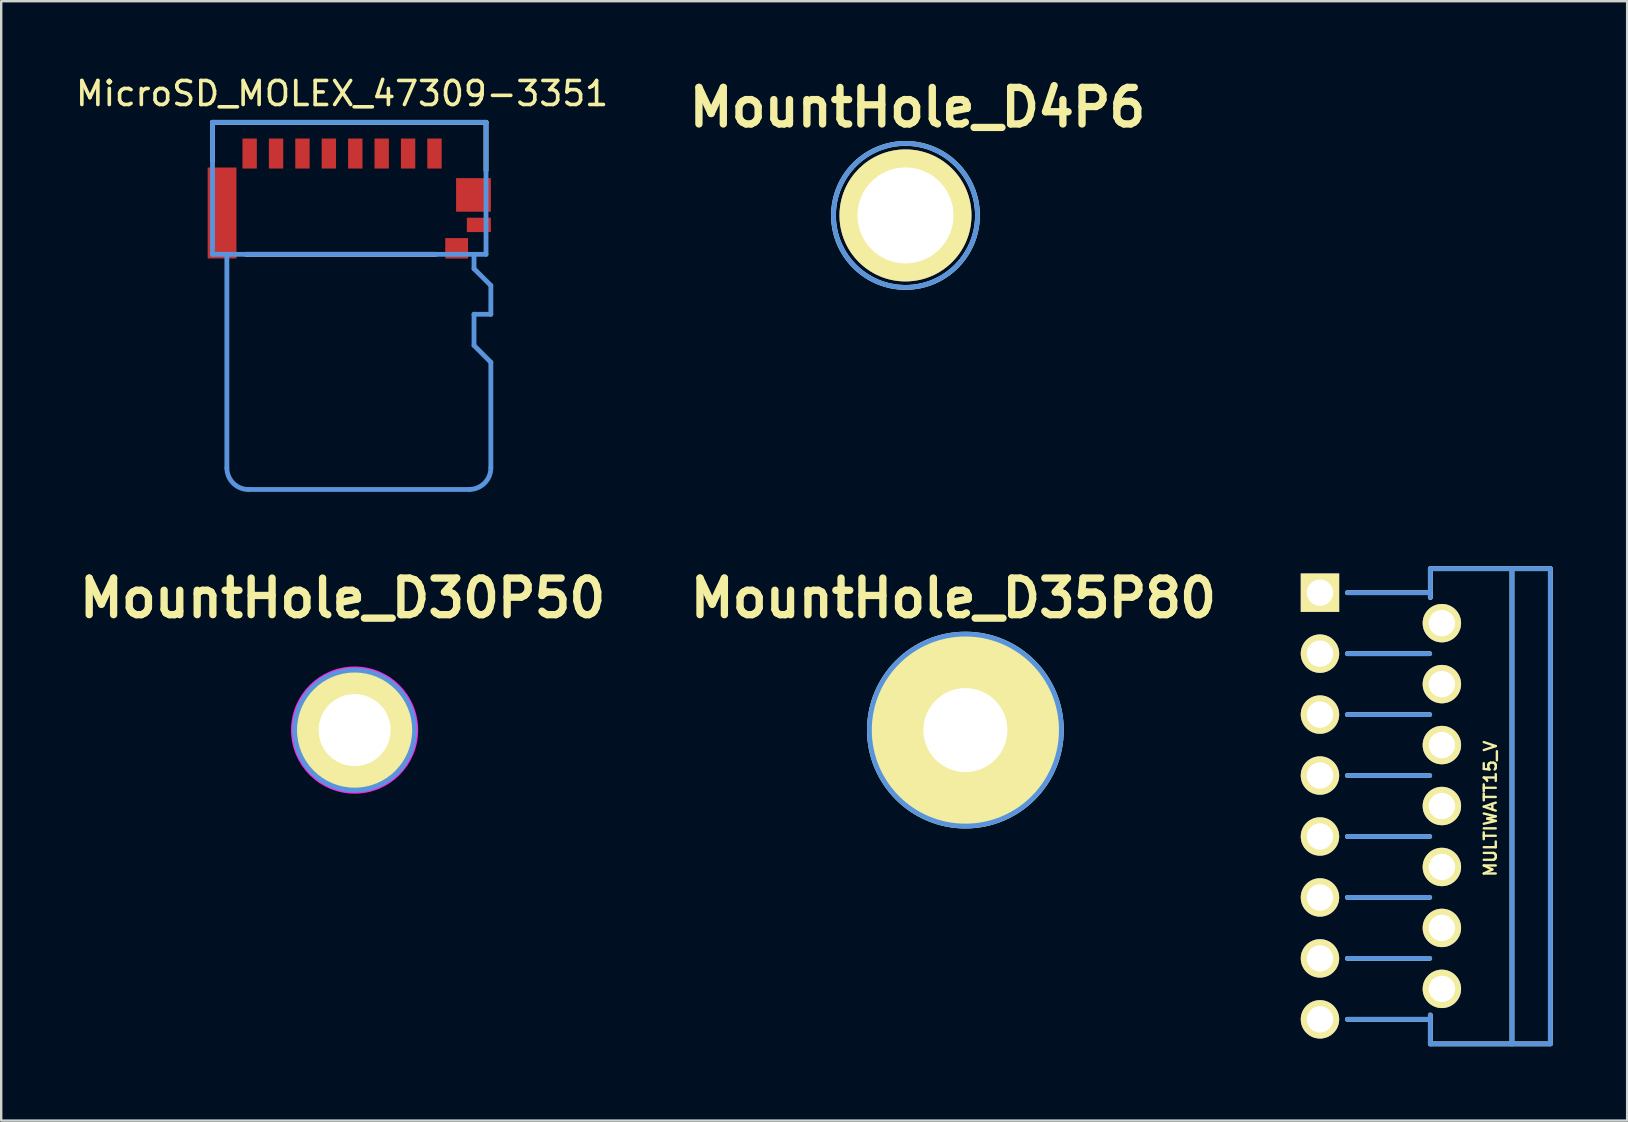
<source format=kicad_pcb>
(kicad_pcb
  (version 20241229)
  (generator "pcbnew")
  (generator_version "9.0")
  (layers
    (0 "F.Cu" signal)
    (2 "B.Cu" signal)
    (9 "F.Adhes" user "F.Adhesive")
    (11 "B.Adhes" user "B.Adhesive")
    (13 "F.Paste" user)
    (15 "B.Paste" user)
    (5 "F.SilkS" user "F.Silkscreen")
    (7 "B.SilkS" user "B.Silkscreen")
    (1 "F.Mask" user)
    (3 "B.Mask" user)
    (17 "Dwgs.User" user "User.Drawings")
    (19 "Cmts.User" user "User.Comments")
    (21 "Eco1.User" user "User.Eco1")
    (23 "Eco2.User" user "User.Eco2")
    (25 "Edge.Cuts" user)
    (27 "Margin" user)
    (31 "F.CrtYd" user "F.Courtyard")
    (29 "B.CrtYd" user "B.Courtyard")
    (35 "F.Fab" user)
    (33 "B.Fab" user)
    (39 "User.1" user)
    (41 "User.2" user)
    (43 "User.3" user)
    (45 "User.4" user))
  (footprint "MULTIWATT15_V"
    (layer "F.Cu")
    (at 51.957 21.649)
    (property "Reference" "MULTIWATT15_V" (at 7.099 8.999 90) (layer "F.SilkS") (effects (font (size 0.5 0.5) (thickness 0.099))))
    (attr through_hole)
    (fp_line (start 4.572 0) (end 1.143 0) (stroke (width 0.201) (type solid)) (layer "F.SilkS"))
    (fp_line (start 4.572 2.54) (end 1.143 2.54) (stroke (width 0.201) (type solid)) (layer "F.SilkS"))
    (fp_line (start 4.572 5.08) (end 1.143 5.08) (stroke (width 0.201) (type solid)) (layer "F.SilkS"))
    (fp_line (start 4.572 7.62) (end 1.143 7.62) (stroke (width 0.201) (type solid)) (layer "F.SilkS"))
    (fp_line (start 4.572 10.16) (end 1.143 10.16) (stroke (width 0.201) (type solid)) (layer "F.SilkS"))
    (fp_line (start 4.572 12.7) (end 1.143 12.7) (stroke (width 0.201) (type solid)) (layer "F.SilkS"))
    (fp_line (start 4.572 15.24) (end 1.143 15.24) (stroke (width 0.201) (type solid)) (layer "F.SilkS"))
    (fp_line (start 4.572 17.78) (end 1.143 17.78) (stroke (width 0.201) (type solid)) (layer "F.SilkS"))
    (fp_line (start 4.6 -1.001) (end 9.601 -1.001) (stroke (width 0.201) (type solid)) (layer "F.SilkS"))
    (fp_line (start 4.6 0.201) (end 4.6 -1.001) (stroke (width 0.201) (type solid)) (layer "F.SilkS"))
    (fp_line (start 4.6 17.6) (end 4.6 18.801) (stroke (width 0.201) (type solid)) (layer "F.SilkS"))
    (fp_line (start 4.6 18.801) (end 9.601 18.801) (stroke (width 0.201) (type solid)) (layer "F.SilkS"))
    (fp_line (start 8.001 -1.001) (end 8.001 18.801) (stroke (width 0.201) (type solid)) (layer "F.SilkS"))
    (fp_line (start 9.601 18.801) (end 9.601 -1.001) (stroke (width 0.201) (type solid)) (layer "F.SilkS"))
    (fp_line (start 4.572 0) (end 1.143 0) (stroke (width 0.201) (type solid)) (layer "Cmts.User"))
    (fp_line (start 4.572 2.54) (end 1.143 2.54) (stroke (width 0.201) (type solid)) (layer "Cmts.User"))
    (fp_line (start 4.572 5.08) (end 1.143 5.08) (stroke (width 0.201) (type solid)) (layer "Cmts.User"))
    (fp_line (start 4.572 7.62) (end 1.143 7.62) (stroke (width 0.201) (type solid)) (layer "Cmts.User"))
    (fp_line (start 4.572 10.16) (end 1.143 10.16) (stroke (width 0.201) (type solid)) (layer "Cmts.User"))
    (fp_line (start 4.572 12.7) (end 1.143 12.7) (stroke (width 0.201) (type solid)) (layer "Cmts.User"))
    (fp_line (start 4.572 15.24) (end 1.143 15.24) (stroke (width 0.201) (type solid)) (layer "Cmts.User"))
    (fp_line (start 4.572 17.78) (end 1.143 17.78) (stroke (width 0.201) (type solid)) (layer "Cmts.User"))
    (fp_line (start 4.6 -1.001) (end 9.601 -1.001) (stroke (width 0.201) (type solid)) (layer "Cmts.User"))
    (fp_line (start 4.6 0.201) (end 4.6 -1.001) (stroke (width 0.201) (type solid)) (layer "Cmts.User"))
    (fp_line (start 4.6 18.801) (end 4.6 17.6) (stroke (width 0.201) (type solid)) (layer "Cmts.User"))
    (fp_line (start 8.001 18.801) (end 8.001 -1.001) (stroke (width 0.201) (type solid)) (layer "Cmts.User"))
    (fp_line (start 9.601 -1.001) (end 9.601 18.801) (stroke (width 0.201) (type solid)) (layer "Cmts.User"))
    (fp_line (start 9.601 18.801) (end 4.6 18.801) (stroke (width 0.201) (type solid)) (layer "Cmts.User"))
    (fp_line (start -1.001 -1.151) (end 9.751 -1.151) (stroke (width 0.099) (type solid)) (layer "Eco1.User"))
    (fp_line (start -1.001 18.951) (end -1.001 -1.151) (stroke (width 0.099) (type solid)) (layer "Eco1.User"))
    (fp_line (start 9.751 -1.151) (end 9.751 18.951) (stroke (width 0.099) (type solid)) (layer "Eco1.User"))
    (fp_line (start 9.751 18.951) (end -1.001 18.951) (stroke (width 0.099) (type solid)) (layer "Eco1.User"))
    (pad "1" thru_hole rect (at 0 0 90) (size 1.6 1.6) (drill 1.1) (layers "*.Cu" "*.Mask" "F.SilkS"))
    (pad "2" thru_hole circle (at 5.08 1.27 90) (size 1.6 1.6) (drill 1.1) (layers "*.Cu" "*.Mask" "F.SilkS"))
    (pad "3" thru_hole circle (at 0 2.54 90) (size 1.6 1.6) (drill 1.1) (layers "*.Cu" "*.Mask" "F.SilkS"))
    (pad "4" thru_hole circle (at 5.08 3.81 90) (size 1.6 1.6) (drill 1.1) (layers "*.Cu" "*.Mask" "F.SilkS"))
    (pad "5" thru_hole circle (at 0 5.08 90) (size 1.6 1.6) (drill 1.1) (layers "*.Cu" "*.Mask" "F.SilkS"))
    (pad "6" thru_hole circle (at 5.08 6.35 90) (size 1.6 1.6) (drill 1.1) (layers "*.Cu" "*.Mask" "F.SilkS"))
    (pad "7" thru_hole circle (at 0 7.62 90) (size 1.6 1.6) (drill 1.1) (layers "*.Cu" "*.Mask" "F.SilkS"))
    (pad "8" thru_hole circle (at 5.08 8.89 90) (size 1.6 1.6) (drill 1.1) (layers "*.Cu" "*.Mask" "F.SilkS"))
    (pad "9" thru_hole circle (at 0 10.16 90) (size 1.6 1.6) (drill 1.1) (layers "*.Cu" "*.Mask" "F.SilkS"))
    (pad "10" thru_hole circle (at 5.08 11.43 90) (size 1.6 1.6) (drill 1.1) (layers "*.Cu" "*.Mask" "F.SilkS"))
    (pad "11" thru_hole circle (at 0 12.7 90) (size 1.6 1.6) (drill 1.1) (layers "*.Cu" "*.Mask" "F.SilkS"))
    (pad "12" thru_hole circle (at 5.08 13.97 90) (size 1.6 1.6) (drill 1.1) (layers "*.Cu" "*.Mask" "F.SilkS"))
    (pad "13" thru_hole circle (at 0 15.24 90) (size 1.6 1.6) (drill 1.1) (layers "*.Cu" "*.Mask" "F.SilkS"))
    (pad "14" thru_hole circle (at 5.08 16.51 90) (size 1.6 1.6) (drill 1.1) (layers "*.Cu" "*.Mask" "F.SilkS"))
    (pad "15" thru_hole circle (at 0 17.78 90) (size 1.6 1.6) (drill 1.1) (layers "*.Cu" "*.Mask" "F.SilkS")))
  (footprint "MountHole_D4P6"
    (layer "F.Cu")
    (at 34.684 5.927)
    (property "Reference" "MountHole_D4P6" (at 0.5 -4.501 0) (layer "F.SilkS") (effects (font (size 1.524 1.524) (thickness 0.305))))
    (attr through_hole)
    (fp_circle (center 0 0) (end 3 0) (stroke (width 0.201) (type solid)) (fill no) (layer "F.SilkS"))
    (fp_circle (center 0 0) (end 3 0) (stroke (width 0.201) (type solid)) (fill no) (layer "Cmts.User"))
    (fp_circle (center 0 0) (end 3.099 0) (stroke (width 0.099) (type solid)) (fill no) (layer "Eco1.User"))
    (pad "1" thru_hole circle (at 0 0) (size 5.499 5.499) (drill 4) (layers "*.Cu" "*.Mask" "F.SilkS")))
  (footprint "MicroSD_MOLEX_47309-3351"
    (layer "F.Cu")
    (at 11.205 3.348)
    (property "Reference" "MicroSD_MOLEX_47309-3351" (at 0 -2.499 0) (layer "F.SilkS") (effects (font (size 1.001 1.001) (thickness 0.15))))
    (attr through_hole)
    (fp_line (start -5.4 -1.3) (end 5.999 -1.3) (stroke (width 0.201) (type solid)) (layer "F.SilkS"))
    (fp_line (start -5.4 0.3) (end -5.4 -1.3) (stroke (width 0.201) (type solid)) (layer "F.SilkS"))
    (fp_line (start -4 4.201) (end 3.899 4.201) (stroke (width 0.201) (type solid)) (layer "F.SilkS"))
    (fp_line (start 5.999 -1.3) (end 5.999 0.701) (stroke (width 0.201) (type solid)) (layer "F.SilkS"))
    (fp_line (start -5.4 -1.3) (end -5.4 4.201) (stroke (width 0.201) (type solid)) (layer "Cmts.User"))
    (fp_line (start -5.4 4.201) (end 5.999 4.201) (stroke (width 0.201) (type solid)) (layer "Cmts.User"))
    (fp_line (start -4.801 4.201) (end -4.801 13.099) (stroke (width 0.201) (type solid)) (layer "Cmts.User"))
    (fp_line (start -3.899 14) (end 5.301 14) (stroke (width 0.201) (type solid)) (layer "Cmts.User"))
    (fp_line (start 5.499 4.801) (end 5.499 4.201) (stroke (width 0.201) (type solid)) (layer "Cmts.User"))
    (fp_line (start 5.499 6.698) (end 6.2 6.698) (stroke (width 0.201) (type solid)) (layer "Cmts.User"))
    (fp_line (start 5.499 7.998) (end 5.499 6.698) (stroke (width 0.201) (type solid)) (layer "Cmts.User"))
    (fp_line (start 5.999 -1.3) (end -5.4 -1.3) (stroke (width 0.201) (type solid)) (layer "Cmts.User"))
    (fp_line (start 5.999 4.201) (end 5.999 -1.3) (stroke (width 0.201) (type solid)) (layer "Cmts.User"))
    (fp_line (start 6.2 5.499) (end 5.499 4.801) (stroke (width 0.201) (type solid)) (layer "Cmts.User"))
    (fp_line (start 6.2 6.701) (end 6.2 5.499) (stroke (width 0.201) (type solid)) (layer "Cmts.User"))
    (fp_line (start 6.2 8.7) (end 5.499 7.998) (stroke (width 0.201) (type solid)) (layer "Cmts.User"))
    (fp_line (start 6.2 8.7) (end 6.2 13.099) (stroke (width 0.201) (type solid)) (layer "Cmts.User"))
    (fp_arc (start -3.8989 14.00048) (mid -4.536498 13.736378) (end -4.8006 13.09878) (stroke (width 0.20066) (type solid)) (layer "Cmts.User"))
    (fp_arc (start 6.20014 13.09878) (mid 5.936782 13.734582) (end 5.30098 13.99794) (stroke (width 0.20066) (type solid)) (layer "Cmts.User"))
    (fp_line (start -5.9 -1.4) (end -5.9 4.699) (stroke (width 0.099) (type solid)) (layer "Eco1.User"))
    (fp_line (start -5.9 4.699) (end 6.5 4.699) (stroke (width 0.099) (type solid)) (layer "Eco1.User"))
    (fp_line (start 6.5 -1.4) (end -5.9 -1.4) (stroke (width 0.099) (type solid)) (layer "Eco1.User"))
    (fp_line (start 6.5 4.699) (end 6.5 -1.4) (stroke (width 0.099) (type solid)) (layer "Eco1.User"))
    (pad "1" smd rect (at 3.851 0) (size 0.599 1.25) (layers "F.Cu" "F.Mask" "F.Paste"))
    (pad "2" smd rect (at 2.751 0) (size 0.599 1.25) (layers "F.Cu" "F.Mask" "F.Paste"))
    (pad "3" smd rect (at 1.651 0) (size 0.599 1.25) (layers "F.Cu" "F.Mask" "F.Paste"))
    (pad "4" smd rect (at 0.551 0) (size 0.599 1.25) (layers "F.Cu" "F.Mask" "F.Paste"))
    (pad "5" smd rect (at -0.551 0) (size 0.599 1.25) (layers "F.Cu" "F.Mask" "F.Paste"))
    (pad "6" smd rect (at -1.651 0) (size 0.599 1.25) (layers "F.Cu" "F.Mask" "F.Paste"))
    (pad "7" smd rect (at -2.751 0) (size 0.599 1.25) (layers "F.Cu" "F.Mask" "F.Paste"))
    (pad "8" smd rect (at -3.851 0) (size 0.599 1.25) (layers "F.Cu" "F.Mask" "F.Paste"))
    (pad "9" smd rect (at 5.7 2.974) (size 1.001 0.599) (layers "F.Cu" "F.Mask" "F.Paste"))
    (pad "10" smd rect (at 4.775 3.95) (size 0.95 0.851) (layers "F.Cu" "F.Mask" "F.Paste"))
    (pad "11" smd rect (at -5.001 2.479) (size 1.199 3.79) (layers "F.Cu" "F.Mask" "F.Paste"))
    (pad "12" smd rect (at 5.476 1.725) (size 1.45 1.4) (layers "F.Cu" "F.Mask" "F.Paste")))
  (footprint "MountHole_D30P50"
    (layer "F.Cu")
    (at 11.727 27.375)
    (property "Reference" "MountHole_D30P50" (at -0.5 -5.5 0) (layer "F.SilkS") (effects (font (size 1.524 1.524) (thickness 0.305))))
    (attr through_hole)
    (fp_circle (center 0 0) (end 2.5 0) (stroke (width 0.201) (type solid)) (fill no) (layer "F.SilkS"))
    (fp_circle (center 0 0) (end 2.5 0) (stroke (width 0.201) (type solid)) (fill no) (layer "Cmts.User"))
    (fp_circle (center 0 0) (end 2.6 0) (stroke (width 0.099) (type solid)) (fill no) (layer "F.CrtYd"))
    (pad "1" thru_hole circle (at 0 0) (size 5 5) (drill 3) (layers "*.Cu" "*.Mask" "F.SilkS")))
  (footprint "MountHole_D35P80"
    (layer "F.Cu")
    (at 37.18 27.375)
    (property "Reference" "MountHole_D35P80" (at -0.5 -5.5 0) (layer "F.SilkS") (effects (font (size 1.524 1.524) (thickness 0.305))))
    (attr through_hole)
    (fp_circle (center 0 0) (end 4 0) (stroke (width 0.201) (type solid)) (fill no) (layer "F.SilkS"))
    (fp_circle (center 0 0) (end 4 0) (stroke (width 0.201) (type solid)) (fill no) (layer "Cmts.User"))
    (fp_circle (center 0 0) (end 4.099 0) (stroke (width 0.099) (type solid)) (fill no) (layer "Eco1.User"))
    (pad "1" thru_hole circle (at 0 0) (size 8 8) (drill 3.5) (layers "*.Cu" "*.Mask" "F.SilkS")))
  (gr_rect
    (start -3 -3)
    (end 64.758 43.649)
    (stroke (width 0.1) (type default))
    (fill no)
    (layer "Edge.Cuts")))
</source>
